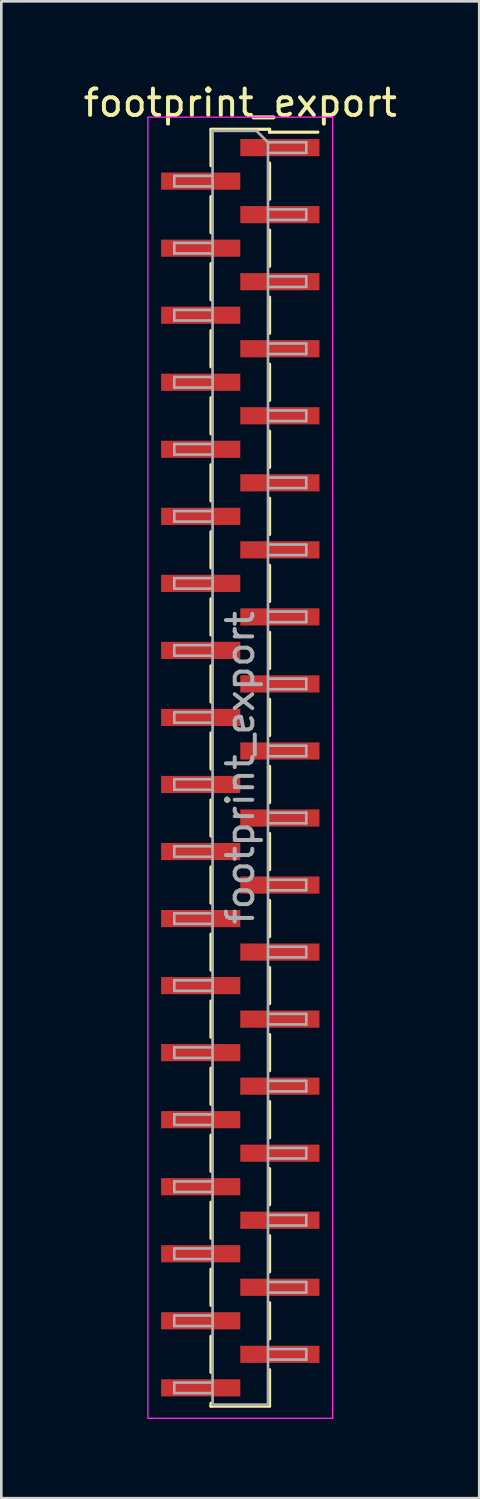
<source format=kicad_pcb>
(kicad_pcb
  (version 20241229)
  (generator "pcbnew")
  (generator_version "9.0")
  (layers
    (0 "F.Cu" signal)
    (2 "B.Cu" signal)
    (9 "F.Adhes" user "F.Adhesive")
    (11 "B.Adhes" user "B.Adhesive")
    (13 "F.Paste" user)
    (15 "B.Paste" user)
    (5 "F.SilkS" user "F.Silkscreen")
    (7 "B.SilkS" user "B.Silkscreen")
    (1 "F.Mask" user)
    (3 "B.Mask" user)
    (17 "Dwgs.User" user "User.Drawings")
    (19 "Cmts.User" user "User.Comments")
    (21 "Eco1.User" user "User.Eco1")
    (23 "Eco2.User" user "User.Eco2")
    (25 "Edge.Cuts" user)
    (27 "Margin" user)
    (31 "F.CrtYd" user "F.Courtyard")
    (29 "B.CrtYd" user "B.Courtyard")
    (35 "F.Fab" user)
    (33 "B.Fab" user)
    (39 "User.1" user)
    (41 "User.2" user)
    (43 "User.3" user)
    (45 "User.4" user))
  (footprint "footprint_export"
    (layer "F.Cu")
    (at 6.054 26.038)
    (property "Reference" "footprint_export" (at 0 -25.19 0) (layer "F.SilkS") (effects (font (size 1 1) (thickness 0.15))))
    (attr smd)
    (fp_line (start -1.11 -24.19) (end 1.11 -24.19) (stroke (width 0.12) (type solid)) (layer "F.SilkS"))
    (fp_line (start -1.11 -24.18) (end -1.11 -22.81) (stroke (width 0.12) (type solid)) (layer "F.SilkS"))
    (fp_line (start -1.11 -21.64) (end -1.11 -20.27) (stroke (width 0.12) (type solid)) (layer "F.SilkS"))
    (fp_line (start -1.11 -19.1) (end -1.11 -17.73) (stroke (width 0.12) (type solid)) (layer "F.SilkS"))
    (fp_line (start -1.11 -16.56) (end -1.11 -15.19) (stroke (width 0.12) (type solid)) (layer "F.SilkS"))
    (fp_line (start -1.11 -14.02) (end -1.11 -12.65) (stroke (width 0.12) (type solid)) (layer "F.SilkS"))
    (fp_line (start -1.11 -11.48) (end -1.11 -10.11) (stroke (width 0.12) (type solid)) (layer "F.SilkS"))
    (fp_line (start -1.11 -8.94) (end -1.11 -7.57) (stroke (width 0.12) (type solid)) (layer "F.SilkS"))
    (fp_line (start -1.11 -6.4) (end -1.11 -5.03) (stroke (width 0.12) (type solid)) (layer "F.SilkS"))
    (fp_line (start -1.11 -3.86) (end -1.11 -2.49) (stroke (width 0.12) (type solid)) (layer "F.SilkS"))
    (fp_line (start -1.11 -1.32) (end -1.11 0.05) (stroke (width 0.12) (type solid)) (layer "F.SilkS"))
    (fp_line (start -1.11 1.22) (end -1.11 2.59) (stroke (width 0.12) (type solid)) (layer "F.SilkS"))
    (fp_line (start -1.11 3.76) (end -1.11 5.13) (stroke (width 0.12) (type solid)) (layer "F.SilkS"))
    (fp_line (start -1.11 6.3) (end -1.11 7.67) (stroke (width 0.12) (type solid)) (layer "F.SilkS"))
    (fp_line (start -1.11 8.84) (end -1.11 10.21) (stroke (width 0.12) (type solid)) (layer "F.SilkS"))
    (fp_line (start -1.11 11.38) (end -1.11 12.75) (stroke (width 0.12) (type solid)) (layer "F.SilkS"))
    (fp_line (start -1.11 13.92) (end -1.11 15.29) (stroke (width 0.12) (type solid)) (layer "F.SilkS"))
    (fp_line (start -1.11 16.46) (end -1.11 17.83) (stroke (width 0.12) (type solid)) (layer "F.SilkS"))
    (fp_line (start -1.11 19) (end -1.11 20.37) (stroke (width 0.12) (type solid)) (layer "F.SilkS"))
    (fp_line (start -1.11 21.54) (end -1.11 22.91) (stroke (width 0.12) (type solid)) (layer "F.SilkS"))
    (fp_line (start -1.11 24.08) (end -1.11 24.19) (stroke (width 0.12) (type solid)) (layer "F.SilkS"))
    (fp_line (start -1.11 24.19) (end 1.11 24.19) (stroke (width 0.12) (type solid)) (layer "F.SilkS"))
    (fp_line (start 1.11 -24.19) (end 1.11 -24.08) (stroke (width 0.12) (type solid)) (layer "F.SilkS"))
    (fp_line (start 1.11 -24.08) (end 2.94 -24.08) (stroke (width 0.12) (type solid)) (layer "F.SilkS"))
    (fp_line (start 1.11 -22.91) (end 1.11 -21.54) (stroke (width 0.12) (type solid)) (layer "F.SilkS"))
    (fp_line (start 1.11 -20.37) (end 1.11 -19) (stroke (width 0.12) (type solid)) (layer "F.SilkS"))
    (fp_line (start 1.11 -17.83) (end 1.11 -16.46) (stroke (width 0.12) (type solid)) (layer "F.SilkS"))
    (fp_line (start 1.11 -15.29) (end 1.11 -13.92) (stroke (width 0.12) (type solid)) (layer "F.SilkS"))
    (fp_line (start 1.11 -12.75) (end 1.11 -11.38) (stroke (width 0.12) (type solid)) (layer "F.SilkS"))
    (fp_line (start 1.11 -10.21) (end 1.11 -8.84) (stroke (width 0.12) (type solid)) (layer "F.SilkS"))
    (fp_line (start 1.11 -7.67) (end 1.11 -6.3) (stroke (width 0.12) (type solid)) (layer "F.SilkS"))
    (fp_line (start 1.11 -5.13) (end 1.11 -3.76) (stroke (width 0.12) (type solid)) (layer "F.SilkS"))
    (fp_line (start 1.11 -2.59) (end 1.11 -1.22) (stroke (width 0.12) (type solid)) (layer "F.SilkS"))
    (fp_line (start 1.11 -0.05) (end 1.11 1.32) (stroke (width 0.12) (type solid)) (layer "F.SilkS"))
    (fp_line (start 1.11 2.49) (end 1.11 3.86) (stroke (width 0.12) (type solid)) (layer "F.SilkS"))
    (fp_line (start 1.11 5.03) (end 1.11 6.4) (stroke (width 0.12) (type solid)) (layer "F.SilkS"))
    (fp_line (start 1.11 7.57) (end 1.11 8.94) (stroke (width 0.12) (type solid)) (layer "F.SilkS"))
    (fp_line (start 1.11 10.11) (end 1.11 11.48) (stroke (width 0.12) (type solid)) (layer "F.SilkS"))
    (fp_line (start 1.11 12.65) (end 1.11 14.02) (stroke (width 0.12) (type solid)) (layer "F.SilkS"))
    (fp_line (start 1.11 15.19) (end 1.11 16.56) (stroke (width 0.12) (type solid)) (layer "F.SilkS"))
    (fp_line (start 1.11 17.73) (end 1.11 19.1) (stroke (width 0.12) (type solid)) (layer "F.SilkS"))
    (fp_line (start 1.11 20.27) (end 1.11 21.64) (stroke (width 0.12) (type solid)) (layer "F.SilkS"))
    (fp_line (start 1.11 22.81) (end 1.11 24.18) (stroke (width 0.12) (type solid)) (layer "F.SilkS"))
    (fp_line (start -3.5 -24.65) (end -3.5 24.65) (stroke (width 0.05) (type solid)) (layer "F.CrtYd"))
    (fp_line (start -3.5 24.65) (end 3.5 24.65) (stroke (width 0.05) (type solid)) (layer "F.CrtYd"))
    (fp_line (start 3.5 -24.65) (end -3.5 -24.65) (stroke (width 0.05) (type solid)) (layer "F.CrtYd"))
    (fp_line (start 3.5 24.65) (end 3.5 -24.65) (stroke (width 0.05) (type solid)) (layer "F.CrtYd"))
    (fp_line (start -2.5 -22.425) (end -2.5 -22.025) (stroke (width 0.1) (type solid)) (layer "F.Fab"))
    (fp_line (start -2.5 -22.025) (end -1.05 -22.025) (stroke (width 0.1) (type solid)) (layer "F.Fab"))
    (fp_line (start -2.5 -19.885) (end -2.5 -19.485) (stroke (width 0.1) (type solid)) (layer "F.Fab"))
    (fp_line (start -2.5 -19.485) (end -1.05 -19.485) (stroke (width 0.1) (type solid)) (layer "F.Fab"))
    (fp_line (start -2.5 -17.345) (end -2.5 -16.945) (stroke (width 0.1) (type solid)) (layer "F.Fab"))
    (fp_line (start -2.5 -16.945) (end -1.05 -16.945) (stroke (width 0.1) (type solid)) (layer "F.Fab"))
    (fp_line (start -2.5 -14.805) (end -2.5 -14.405) (stroke (width 0.1) (type solid)) (layer "F.Fab"))
    (fp_line (start -2.5 -14.405) (end -1.05 -14.405) (stroke (width 0.1) (type solid)) (layer "F.Fab"))
    (fp_line (start -2.5 -12.265) (end -2.5 -11.865) (stroke (width 0.1) (type solid)) (layer "F.Fab"))
    (fp_line (start -2.5 -11.865) (end -1.05 -11.865) (stroke (width 0.1) (type solid)) (layer "F.Fab"))
    (fp_line (start -2.5 -9.725) (end -2.5 -9.325) (stroke (width 0.1) (type solid)) (layer "F.Fab"))
    (fp_line (start -2.5 -9.325) (end -1.05 -9.325) (stroke (width 0.1) (type solid)) (layer "F.Fab"))
    (fp_line (start -2.5 -7.185) (end -2.5 -6.785) (stroke (width 0.1) (type solid)) (layer "F.Fab"))
    (fp_line (start -2.5 -6.785) (end -1.05 -6.785) (stroke (width 0.1) (type solid)) (layer "F.Fab"))
    (fp_line (start -2.5 -4.645) (end -2.5 -4.245) (stroke (width 0.1) (type solid)) (layer "F.Fab"))
    (fp_line (start -2.5 -4.245) (end -1.05 -4.245) (stroke (width 0.1) (type solid)) (layer "F.Fab"))
    (fp_line (start -2.5 -2.105) (end -2.5 -1.705) (stroke (width 0.1) (type solid)) (layer "F.Fab"))
    (fp_line (start -2.5 -1.705) (end -1.05 -1.705) (stroke (width 0.1) (type solid)) (layer "F.Fab"))
    (fp_line (start -2.5 0.435) (end -2.5 0.835) (stroke (width 0.1) (type solid)) (layer "F.Fab"))
    (fp_line (start -2.5 0.835) (end -1.05 0.835) (stroke (width 0.1) (type solid)) (layer "F.Fab"))
    (fp_line (start -2.5 2.975) (end -2.5 3.375) (stroke (width 0.1) (type solid)) (layer "F.Fab"))
    (fp_line (start -2.5 3.375) (end -1.05 3.375) (stroke (width 0.1) (type solid)) (layer "F.Fab"))
    (fp_line (start -2.5 5.515) (end -2.5 5.915) (stroke (width 0.1) (type solid)) (layer "F.Fab"))
    (fp_line (start -2.5 5.915) (end -1.05 5.915) (stroke (width 0.1) (type solid)) (layer "F.Fab"))
    (fp_line (start -2.5 8.055) (end -2.5 8.455) (stroke (width 0.1) (type solid)) (layer "F.Fab"))
    (fp_line (start -2.5 8.455) (end -1.05 8.455) (stroke (width 0.1) (type solid)) (layer "F.Fab"))
    (fp_line (start -2.5 10.595) (end -2.5 10.995) (stroke (width 0.1) (type solid)) (layer "F.Fab"))
    (fp_line (start -2.5 10.995) (end -1.05 10.995) (stroke (width 0.1) (type solid)) (layer "F.Fab"))
    (fp_line (start -2.5 13.135) (end -2.5 13.535) (stroke (width 0.1) (type solid)) (layer "F.Fab"))
    (fp_line (start -2.5 13.535) (end -1.05 13.535) (stroke (width 0.1) (type solid)) (layer "F.Fab"))
    (fp_line (start -2.5 15.675) (end -2.5 16.075) (stroke (width 0.1) (type solid)) (layer "F.Fab"))
    (fp_line (start -2.5 16.075) (end -1.05 16.075) (stroke (width 0.1) (type solid)) (layer "F.Fab"))
    (fp_line (start -2.5 18.215) (end -2.5 18.615) (stroke (width 0.1) (type solid)) (layer "F.Fab"))
    (fp_line (start -2.5 18.615) (end -1.05 18.615) (stroke (width 0.1) (type solid)) (layer "F.Fab"))
    (fp_line (start -2.5 20.755) (end -2.5 21.155) (stroke (width 0.1) (type solid)) (layer "F.Fab"))
    (fp_line (start -2.5 21.155) (end -1.05 21.155) (stroke (width 0.1) (type solid)) (layer "F.Fab"))
    (fp_line (start -2.5 23.295) (end -2.5 23.695) (stroke (width 0.1) (type solid)) (layer "F.Fab"))
    (fp_line (start -2.5 23.695) (end -1.05 23.695) (stroke (width 0.1) (type solid)) (layer "F.Fab"))
    (fp_line (start -1.05 -24.13) (end -1.05 24.13) (stroke (width 0.1) (type solid)) (layer "F.Fab"))
    (fp_line (start -1.05 -24.13) (end 0.615 -24.13) (stroke (width 0.1) (type solid)) (layer "F.Fab"))
    (fp_line (start -1.05 -22.425) (end -2.5 -22.425) (stroke (width 0.1) (type solid)) (layer "F.Fab"))
    (fp_line (start -1.05 -19.885) (end -2.5 -19.885) (stroke (width 0.1) (type solid)) (layer "F.Fab"))
    (fp_line (start -1.05 -17.345) (end -2.5 -17.345) (stroke (width 0.1) (type solid)) (layer "F.Fab"))
    (fp_line (start -1.05 -14.805) (end -2.5 -14.805) (stroke (width 0.1) (type solid)) (layer "F.Fab"))
    (fp_line (start -1.05 -12.265) (end -2.5 -12.265) (stroke (width 0.1) (type solid)) (layer "F.Fab"))
    (fp_line (start -1.05 -9.725) (end -2.5 -9.725) (stroke (width 0.1) (type solid)) (layer "F.Fab"))
    (fp_line (start -1.05 -7.185) (end -2.5 -7.185) (stroke (width 0.1) (type solid)) (layer "F.Fab"))
    (fp_line (start -1.05 -4.645) (end -2.5 -4.645) (stroke (width 0.1) (type solid)) (layer "F.Fab"))
    (fp_line (start -1.05 -2.105) (end -2.5 -2.105) (stroke (width 0.1) (type solid)) (layer "F.Fab"))
    (fp_line (start -1.05 0.435) (end -2.5 0.435) (stroke (width 0.1) (type solid)) (layer "F.Fab"))
    (fp_line (start -1.05 2.975) (end -2.5 2.975) (stroke (width 0.1) (type solid)) (layer "F.Fab"))
    (fp_line (start -1.05 5.515) (end -2.5 5.515) (stroke (width 0.1) (type solid)) (layer "F.Fab"))
    (fp_line (start -1.05 8.055) (end -2.5 8.055) (stroke (width 0.1) (type solid)) (layer "F.Fab"))
    (fp_line (start -1.05 10.595) (end -2.5 10.595) (stroke (width 0.1) (type solid)) (layer "F.Fab"))
    (fp_line (start -1.05 13.135) (end -2.5 13.135) (stroke (width 0.1) (type solid)) (layer "F.Fab"))
    (fp_line (start -1.05 15.675) (end -2.5 15.675) (stroke (width 0.1) (type solid)) (layer "F.Fab"))
    (fp_line (start -1.05 18.215) (end -2.5 18.215) (stroke (width 0.1) (type solid)) (layer "F.Fab"))
    (fp_line (start -1.05 20.755) (end -2.5 20.755) (stroke (width 0.1) (type solid)) (layer "F.Fab"))
    (fp_line (start -1.05 23.295) (end -2.5 23.295) (stroke (width 0.1) (type solid)) (layer "F.Fab"))
    (fp_line (start 1.05 -23.695) (end 0.615 -24.13) (stroke (width 0.1) (type solid)) (layer "F.Fab"))
    (fp_line (start 1.05 -23.695) (end 2.5 -23.695) (stroke (width 0.1) (type solid)) (layer "F.Fab"))
    (fp_line (start 1.05 -21.155) (end 2.5 -21.155) (stroke (width 0.1) (type solid)) (layer "F.Fab"))
    (fp_line (start 1.05 -18.615) (end 2.5 -18.615) (stroke (width 0.1) (type solid)) (layer "F.Fab"))
    (fp_line (start 1.05 -16.075) (end 2.5 -16.075) (stroke (width 0.1) (type solid)) (layer "F.Fab"))
    (fp_line (start 1.05 -13.535) (end 2.5 -13.535) (stroke (width 0.1) (type solid)) (layer "F.Fab"))
    (fp_line (start 1.05 -10.995) (end 2.5 -10.995) (stroke (width 0.1) (type solid)) (layer "F.Fab"))
    (fp_line (start 1.05 -8.455) (end 2.5 -8.455) (stroke (width 0.1) (type solid)) (layer "F.Fab"))
    (fp_line (start 1.05 -5.915) (end 2.5 -5.915) (stroke (width 0.1) (type solid)) (layer "F.Fab"))
    (fp_line (start 1.05 -3.375) (end 2.5 -3.375) (stroke (width 0.1) (type solid)) (layer "F.Fab"))
    (fp_line (start 1.05 -0.835) (end 2.5 -0.835) (stroke (width 0.1) (type solid)) (layer "F.Fab"))
    (fp_line (start 1.05 1.705) (end 2.5 1.705) (stroke (width 0.1) (type solid)) (layer "F.Fab"))
    (fp_line (start 1.05 4.245) (end 2.5 4.245) (stroke (width 0.1) (type solid)) (layer "F.Fab"))
    (fp_line (start 1.05 6.785) (end 2.5 6.785) (stroke (width 0.1) (type solid)) (layer "F.Fab"))
    (fp_line (start 1.05 9.325) (end 2.5 9.325) (stroke (width 0.1) (type solid)) (layer "F.Fab"))
    (fp_line (start 1.05 11.865) (end 2.5 11.865) (stroke (width 0.1) (type solid)) (layer "F.Fab"))
    (fp_line (start 1.05 14.405) (end 2.5 14.405) (stroke (width 0.1) (type solid)) (layer "F.Fab"))
    (fp_line (start 1.05 16.945) (end 2.5 16.945) (stroke (width 0.1) (type solid)) (layer "F.Fab"))
    (fp_line (start 1.05 19.485) (end 2.5 19.485) (stroke (width 0.1) (type solid)) (layer "F.Fab"))
    (fp_line (start 1.05 22.025) (end 2.5 22.025) (stroke (width 0.1) (type solid)) (layer "F.Fab"))
    (fp_line (start 1.05 24.13) (end -1.05 24.13) (stroke (width 0.1) (type solid)) (layer "F.Fab"))
    (fp_line (start 1.05 24.13) (end 1.05 -23.695) (stroke (width 0.1) (type solid)) (layer "F.Fab"))
    (fp_line (start 2.5 -23.695) (end 2.5 -23.295) (stroke (width 0.1) (type solid)) (layer "F.Fab"))
    (fp_line (start 2.5 -23.295) (end 1.05 -23.295) (stroke (width 0.1) (type solid)) (layer "F.Fab"))
    (fp_line (start 2.5 -21.155) (end 2.5 -20.755) (stroke (width 0.1) (type solid)) (layer "F.Fab"))
    (fp_line (start 2.5 -20.755) (end 1.05 -20.755) (stroke (width 0.1) (type solid)) (layer "F.Fab"))
    (fp_line (start 2.5 -18.615) (end 2.5 -18.215) (stroke (width 0.1) (type solid)) (layer "F.Fab"))
    (fp_line (start 2.5 -18.215) (end 1.05 -18.215) (stroke (width 0.1) (type solid)) (layer "F.Fab"))
    (fp_line (start 2.5 -16.075) (end 2.5 -15.675) (stroke (width 0.1) (type solid)) (layer "F.Fab"))
    (fp_line (start 2.5 -15.675) (end 1.05 -15.675) (stroke (width 0.1) (type solid)) (layer "F.Fab"))
    (fp_line (start 2.5 -13.535) (end 2.5 -13.135) (stroke (width 0.1) (type solid)) (layer "F.Fab"))
    (fp_line (start 2.5 -13.135) (end 1.05 -13.135) (stroke (width 0.1) (type solid)) (layer "F.Fab"))
    (fp_line (start 2.5 -10.995) (end 2.5 -10.595) (stroke (width 0.1) (type solid)) (layer "F.Fab"))
    (fp_line (start 2.5 -10.595) (end 1.05 -10.595) (stroke (width 0.1) (type solid)) (layer "F.Fab"))
    (fp_line (start 2.5 -8.455) (end 2.5 -8.055) (stroke (width 0.1) (type solid)) (layer "F.Fab"))
    (fp_line (start 2.5 -8.055) (end 1.05 -8.055) (stroke (width 0.1) (type solid)) (layer "F.Fab"))
    (fp_line (start 2.5 -5.915) (end 2.5 -5.515) (stroke (width 0.1) (type solid)) (layer "F.Fab"))
    (fp_line (start 2.5 -5.515) (end 1.05 -5.515) (stroke (width 0.1) (type solid)) (layer "F.Fab"))
    (fp_line (start 2.5 -3.375) (end 2.5 -2.975) (stroke (width 0.1) (type solid)) (layer "F.Fab"))
    (fp_line (start 2.5 -2.975) (end 1.05 -2.975) (stroke (width 0.1) (type solid)) (layer "F.Fab"))
    (fp_line (start 2.5 -0.835) (end 2.5 -0.435) (stroke (width 0.1) (type solid)) (layer "F.Fab"))
    (fp_line (start 2.5 -0.435) (end 1.05 -0.435) (stroke (width 0.1) (type solid)) (layer "F.Fab"))
    (fp_line (start 2.5 1.705) (end 2.5 2.105) (stroke (width 0.1) (type solid)) (layer "F.Fab"))
    (fp_line (start 2.5 2.105) (end 1.05 2.105) (stroke (width 0.1) (type solid)) (layer "F.Fab"))
    (fp_line (start 2.5 4.245) (end 2.5 4.645) (stroke (width 0.1) (type solid)) (layer "F.Fab"))
    (fp_line (start 2.5 4.645) (end 1.05 4.645) (stroke (width 0.1) (type solid)) (layer "F.Fab"))
    (fp_line (start 2.5 6.785) (end 2.5 7.185) (stroke (width 0.1) (type solid)) (layer "F.Fab"))
    (fp_line (start 2.5 7.185) (end 1.05 7.185) (stroke (width 0.1) (type solid)) (layer "F.Fab"))
    (fp_line (start 2.5 9.325) (end 2.5 9.725) (stroke (width 0.1) (type solid)) (layer "F.Fab"))
    (fp_line (start 2.5 9.725) (end 1.05 9.725) (stroke (width 0.1) (type solid)) (layer "F.Fab"))
    (fp_line (start 2.5 11.865) (end 2.5 12.265) (stroke (width 0.1) (type solid)) (layer "F.Fab"))
    (fp_line (start 2.5 12.265) (end 1.05 12.265) (stroke (width 0.1) (type solid)) (layer "F.Fab"))
    (fp_line (start 2.5 14.405) (end 2.5 14.805) (stroke (width 0.1) (type solid)) (layer "F.Fab"))
    (fp_line (start 2.5 14.805) (end 1.05 14.805) (stroke (width 0.1) (type solid)) (layer "F.Fab"))
    (fp_line (start 2.5 16.945) (end 2.5 17.345) (stroke (width 0.1) (type solid)) (layer "F.Fab"))
    (fp_line (start 2.5 17.345) (end 1.05 17.345) (stroke (width 0.1) (type solid)) (layer "F.Fab"))
    (fp_line (start 2.5 19.485) (end 2.5 19.885) (stroke (width 0.1) (type solid)) (layer "F.Fab"))
    (fp_line (start 2.5 19.885) (end 1.05 19.885) (stroke (width 0.1) (type solid)) (layer "F.Fab"))
    (fp_line (start 2.5 22.025) (end 2.5 22.425) (stroke (width 0.1) (type solid)) (layer "F.Fab"))
    (fp_line (start 2.5 22.425) (end 1.05 22.425) (stroke (width 0.1) (type solid)) (layer "F.Fab"))
    (fp_text user "${REFERENCE}" (at 0 0 90) (layer "F.Fab") (effects (font (size 1 1) (thickness 0.15))))
    (pad "1" smd rect (at 1.5 -23.495) (size 3 0.65) (layers "F.Cu" "F.Mask" "F.Paste"))
    (pad "2" smd rect (at -1.5 -22.225) (size 3 0.65) (layers "F.Cu" "F.Mask" "F.Paste"))
    (pad "3" smd rect (at 1.5 -20.955) (size 3 0.65) (layers "F.Cu" "F.Mask" "F.Paste"))
    (pad "4" smd rect (at -1.5 -19.685) (size 3 0.65) (layers "F.Cu" "F.Mask" "F.Paste"))
    (pad "5" smd rect (at 1.5 -18.415) (size 3 0.65) (layers "F.Cu" "F.Mask" "F.Paste"))
    (pad "6" smd rect (at -1.5 -17.145) (size 3 0.65) (layers "F.Cu" "F.Mask" "F.Paste"))
    (pad "7" smd rect (at 1.5 -15.875) (size 3 0.65) (layers "F.Cu" "F.Mask" "F.Paste"))
    (pad "8" smd rect (at -1.5 -14.605) (size 3 0.65) (layers "F.Cu" "F.Mask" "F.Paste"))
    (pad "9" smd rect (at 1.5 -13.335) (size 3 0.65) (layers "F.Cu" "F.Mask" "F.Paste"))
    (pad "10" smd rect (at -1.5 -12.065) (size 3 0.65) (layers "F.Cu" "F.Mask" "F.Paste"))
    (pad "11" smd rect (at 1.5 -10.795) (size 3 0.65) (layers "F.Cu" "F.Mask" "F.Paste"))
    (pad "12" smd rect (at -1.5 -9.525) (size 3 0.65) (layers "F.Cu" "F.Mask" "F.Paste"))
    (pad "13" smd rect (at 1.5 -8.255) (size 3 0.65) (layers "F.Cu" "F.Mask" "F.Paste"))
    (pad "14" smd rect (at -1.5 -6.985) (size 3 0.65) (layers "F.Cu" "F.Mask" "F.Paste"))
    (pad "15" smd rect (at 1.5 -5.715) (size 3 0.65) (layers "F.Cu" "F.Mask" "F.Paste"))
    (pad "16" smd rect (at -1.5 -4.445) (size 3 0.65) (layers "F.Cu" "F.Mask" "F.Paste"))
    (pad "17" smd rect (at 1.5 -3.175) (size 3 0.65) (layers "F.Cu" "F.Mask" "F.Paste"))
    (pad "18" smd rect (at -1.5 -1.905) (size 3 0.65) (layers "F.Cu" "F.Mask" "F.Paste"))
    (pad "19" smd rect (at 1.5 -0.635) (size 3 0.65) (layers "F.Cu" "F.Mask" "F.Paste"))
    (pad "20" smd rect (at -1.5 0.635) (size 3 0.65) (layers "F.Cu" "F.Mask" "F.Paste"))
    (pad "21" smd rect (at 1.5 1.905) (size 3 0.65) (layers "F.Cu" "F.Mask" "F.Paste"))
    (pad "22" smd rect (at -1.5 3.175) (size 3 0.65) (layers "F.Cu" "F.Mask" "F.Paste"))
    (pad "23" smd rect (at 1.5 4.445) (size 3 0.65) (layers "F.Cu" "F.Mask" "F.Paste"))
    (pad "24" smd rect (at -1.5 5.715) (size 3 0.65) (layers "F.Cu" "F.Mask" "F.Paste"))
    (pad "25" smd rect (at 1.5 6.985) (size 3 0.65) (layers "F.Cu" "F.Mask" "F.Paste"))
    (pad "26" smd rect (at -1.5 8.255) (size 3 0.65) (layers "F.Cu" "F.Mask" "F.Paste"))
    (pad "27" smd rect (at 1.5 9.525) (size 3 0.65) (layers "F.Cu" "F.Mask" "F.Paste"))
    (pad "28" smd rect (at -1.5 10.795) (size 3 0.65) (layers "F.Cu" "F.Mask" "F.Paste"))
    (pad "29" smd rect (at 1.5 12.065) (size 3 0.65) (layers "F.Cu" "F.Mask" "F.Paste"))
    (pad "30" smd rect (at -1.5 13.335) (size 3 0.65) (layers "F.Cu" "F.Mask" "F.Paste"))
    (pad "31" smd rect (at 1.5 14.605) (size 3 0.65) (layers "F.Cu" "F.Mask" "F.Paste"))
    (pad "32" smd rect (at -1.5 15.875) (size 3 0.65) (layers "F.Cu" "F.Mask" "F.Paste"))
    (pad "33" smd rect (at 1.5 17.145) (size 3 0.65) (layers "F.Cu" "F.Mask" "F.Paste"))
    (pad "34" smd rect (at -1.5 18.415) (size 3 0.65) (layers "F.Cu" "F.Mask" "F.Paste"))
    (pad "35" smd rect (at 1.5 19.685) (size 3 0.65) (layers "F.Cu" "F.Mask" "F.Paste"))
    (pad "36" smd rect (at -1.5 20.955) (size 3 0.65) (layers "F.Cu" "F.Mask" "F.Paste"))
    (pad "37" smd rect (at 1.5 22.225) (size 3 0.65) (layers "F.Cu" "F.Mask" "F.Paste"))
    (pad "38" smd rect (at -1.5 23.495) (size 3 0.65) (layers "F.Cu" "F.Mask" "F.Paste")))
  (gr_rect
    (start -3 -3)
    (end 15.107 53.713)
    (stroke (width 0.1) (type default))
    (fill no)
    (layer "Edge.Cuts")))
</source>
